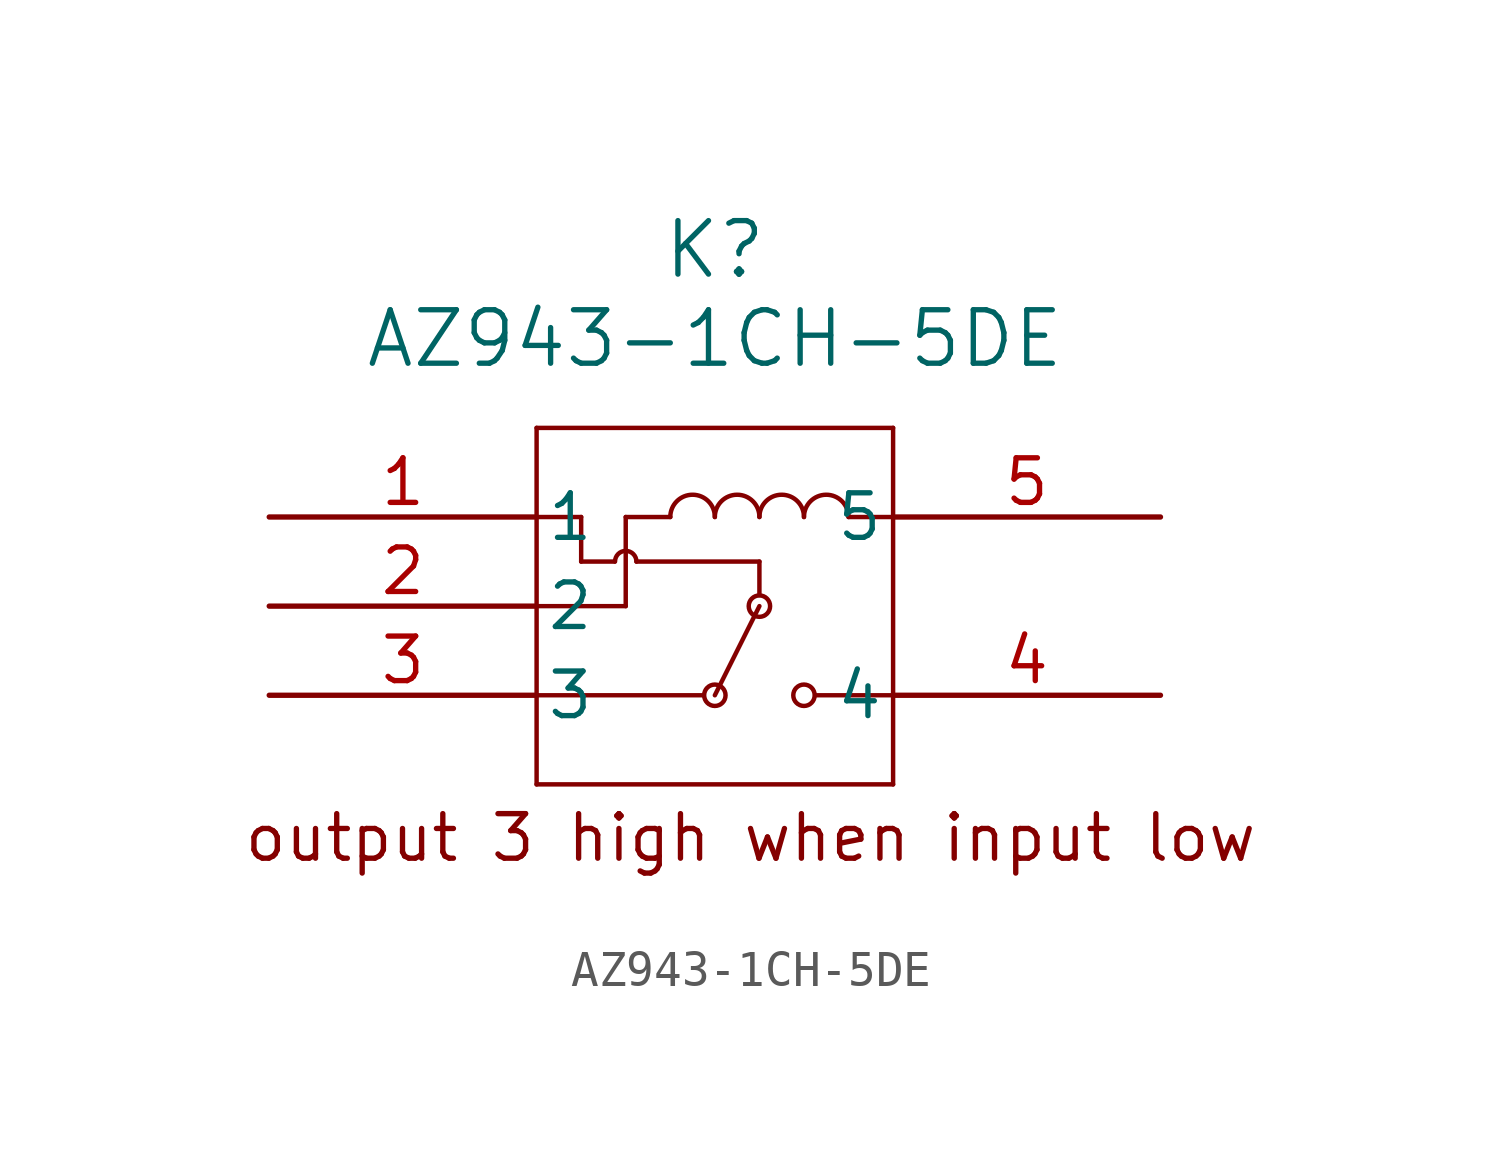
<source format=kicad_sym>
(kicad_symbol_lib
  (version 20231120)
  (generator "kicad_symbol_editor")
  (generator_version "8.0")
  (symbol "AZ943-1CH-5DE"
    (pin_names
      (offset 0.254))
    (property "Reference" "K"
      (at 12.7 7.62 0)
      (effects (font (size 1.524 1.524))))
    (property "Value" "AZ943-1CH-5DE"
      (at 12.7 5.08 0)
      (effects (font (size 1.524 1.524))))
    (property "ki_locked" ""
      (at 0 0 0)
      (effects (font (size 1.27 1.27))))
    (symbol "AZ943-1CH-5DE_0_1"
      (polyline (pts (xy 7.62 -7.62) (xy 17.78 -7.62)) (stroke (width 0.127) (type default)) (fill (type none)))
      (polyline (pts (xy 7.62 -5.08) (xy 12.383 -5.08)) (stroke (width 0.127) (type default)) (fill (type none)))
      (polyline (pts (xy 7.62 -2.54) (xy 10.16 -2.54)) (stroke (width 0.127) (type default)) (fill (type none)))
      (polyline (pts (xy 7.62 0) (xy 8.89 0)) (stroke (width 0.127) (type default)) (fill (type none)))
      (polyline (pts (xy 7.62 2.54) (xy 7.62 -7.62)) (stroke (width 0.127) (type default)) (fill (type none)))
      (polyline (pts (xy 8.89 -1.27) (xy 9.842 -1.27)) (stroke (width 0.127) (type default)) (fill (type none)))
      (polyline (pts (xy 8.89 0) (xy 8.89 -1.27)) (stroke (width 0.127) (type default)) (fill (type none)))
      (polyline (pts (xy 10.16 0) (xy 10.16 -2.54)) (stroke (width 0.127) (type default)) (fill (type none)))
      (polyline (pts (xy 10.16 0) (xy 11.43 0)) (stroke (width 0.127) (type default)) (fill (type none)))
      (polyline (pts (xy 10.465 -1.27) (xy 13.97 -1.27)) (stroke (width 0.127) (type default)) (fill (type none)))
      (polyline (pts (xy 13.97 -2.54) (xy 12.7 -5.08)) (stroke (width 0.127) (type default)) (fill (type none)))
      (polyline (pts (xy 13.97 -1.27) (xy 13.97 -2.223)) (stroke (width 0.127) (type default)) (fill (type none)))
      (polyline (pts (xy 15.557 -5.08) (xy 17.78 -5.08)) (stroke (width 0.127) (type default)) (fill (type none)))
      (polyline (pts (xy 16.51 0) (xy 17.78 0)) (stroke (width 0.127) (type default)) (fill (type none)))
      (polyline (pts (xy 17.78 -7.62) (xy 17.78 2.54)) (stroke (width 0.127) (type default)) (fill (type none)))
      (polyline (pts (xy 17.78 2.54) (xy 7.62 2.54)) (stroke (width 0.127) (type default)) (fill (type none)))
      (arc (start 10.4648 -1.27) (mid 10.16 -0.9665) (end 9.8552 -1.27) (stroke (width 0.127) (type default)) (fill (type none)))
      (circle (center 12.7 -5.08) (radius 0.305) (stroke (width 0.127) (type default)) (fill (type none)))
      (arc (start 12.7 0) (mid 12.065 0.6323) (end 11.43 0) (stroke (width 0.127) (type default)) (fill (type none)))
      (circle (center 13.97 -2.54) (radius 0.305) (stroke (width 0.127) (type default)) (fill (type none)))
      (arc (start 13.97 0) (mid 13.335 0.6323) (end 12.7 0) (stroke (width 0.127) (type default)) (fill (type none)))
      (circle (center 15.24 -5.08) (radius 0.305) (stroke (width 0.127) (type default)) (fill (type none)))
      (arc (start 15.24 0) (mid 14.605 0.6323) (end 13.97 0) (stroke (width 0.127) (type default)) (fill (type none)))
      (arc (start 16.51 0) (mid 15.875 0.6323) (end 15.24 0) (stroke (width 0.127) (type default)) (fill (type none))))
    (symbol "AZ943-1CH-5DE_1_1"
      (text "output 3 high when input low" (at 13.716 -9.144 0) (effects (font (size 1.27 1.27))))
      (pin passive line (at 0 0 0) (length 7.62) (name "1" (effects (font (size 1.27 1.27)))) (number "1" (effects (font (size 1.27 1.27)))))
      (pin passive line (at 0 -2.54 0) (length 7.62) (name "2" (effects (font (size 1.27 1.27)))) (number "2" (effects (font (size 1.27 1.27)))))
      (pin passive line (at 0 -5.08 0) (length 7.62) (name "3" (effects (font (size 1.27 1.27)))) (number "3" (effects (font (size 1.27 1.27)))))
      (pin passive line (at 25.4 -5.08 180) (length 7.62) (name "4" (effects (font (size 1.27 1.27)))) (number "4" (effects (font (size 1.27 1.27)))))
      (pin passive line (at 25.4 0 180) (length 7.62) (name "5" (effects (font (size 1.27 1.27)))) (number "5" (effects (font (size 1.27 1.27))))))))
</source>
